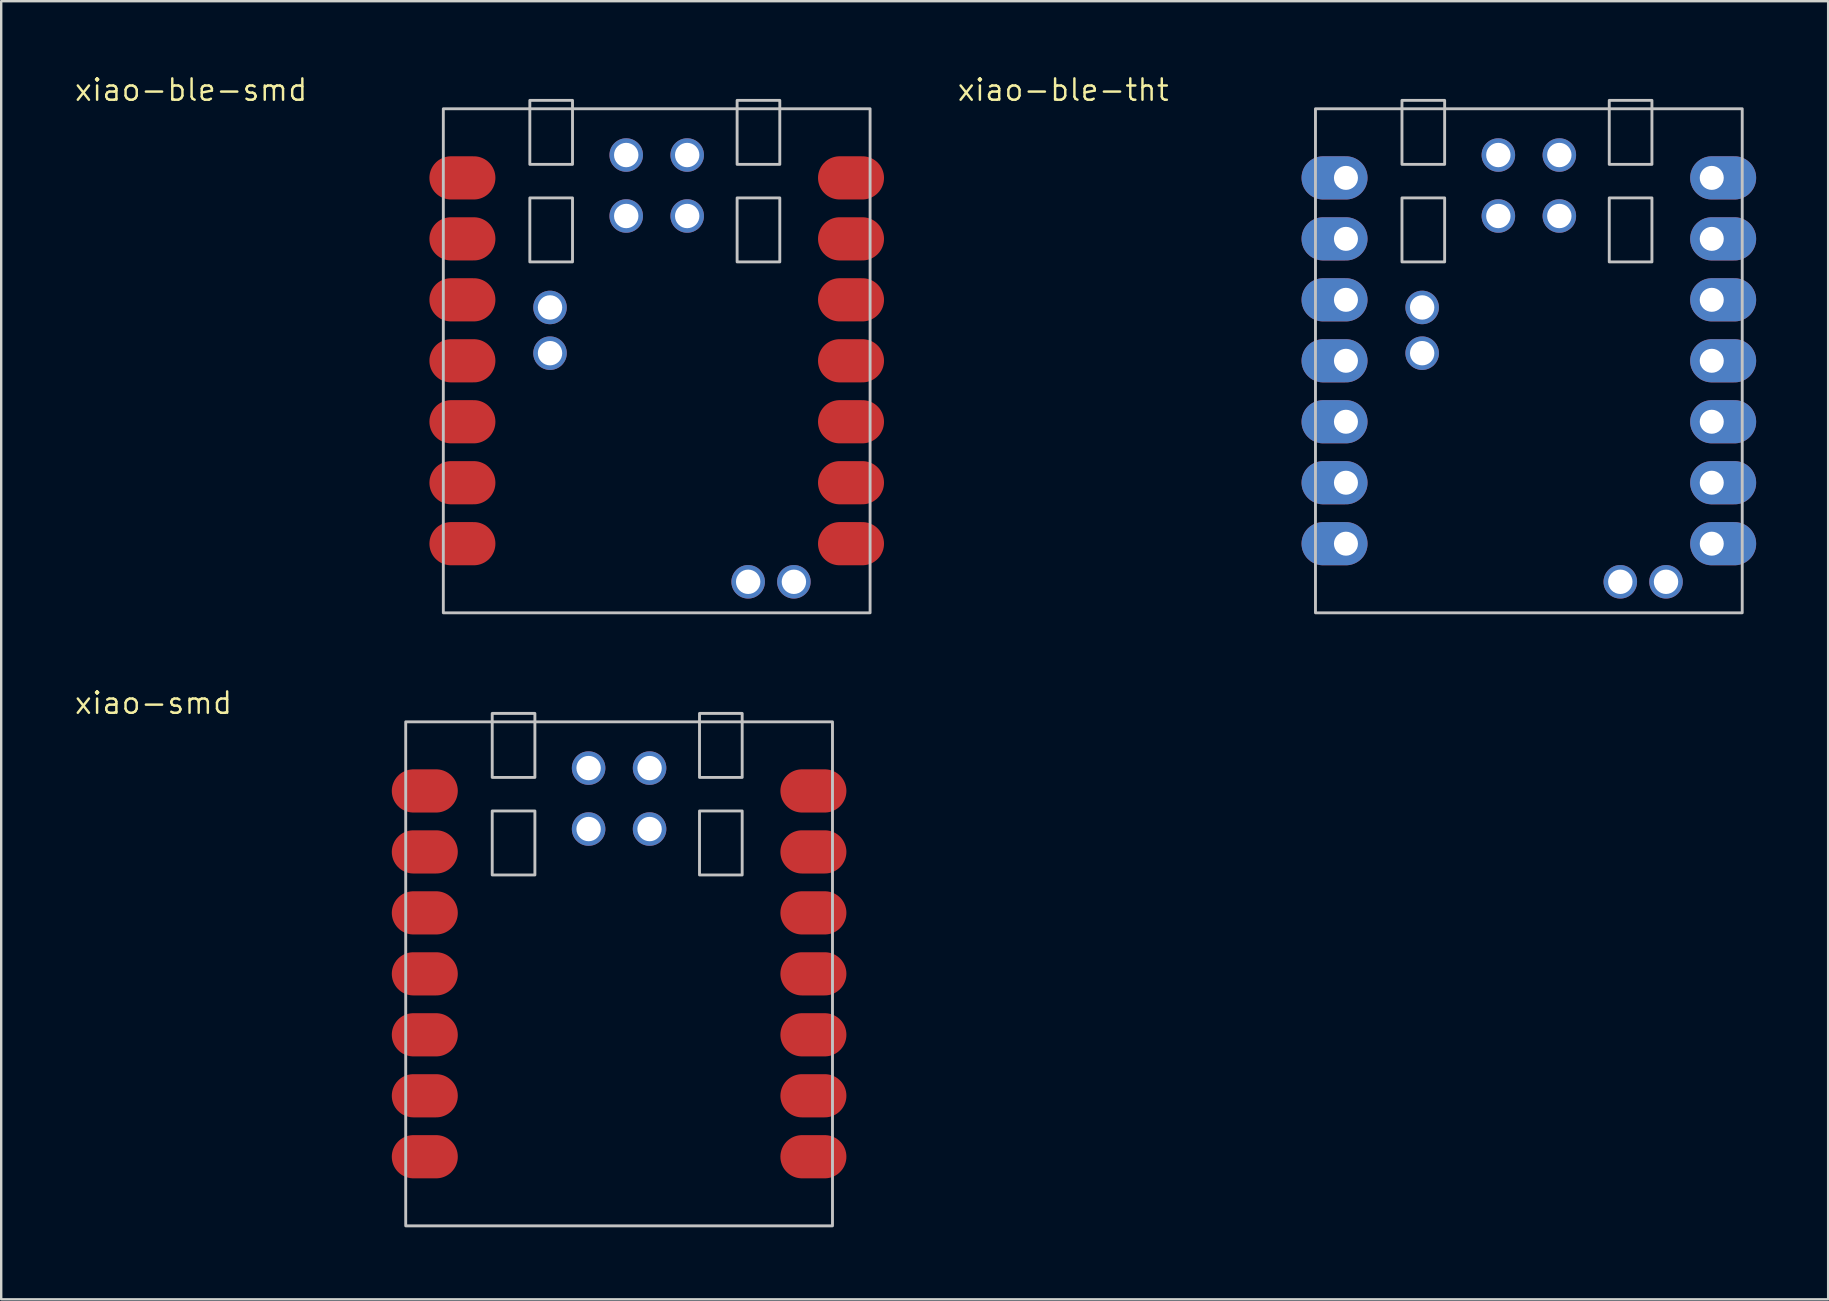
<source format=kicad_pcb>
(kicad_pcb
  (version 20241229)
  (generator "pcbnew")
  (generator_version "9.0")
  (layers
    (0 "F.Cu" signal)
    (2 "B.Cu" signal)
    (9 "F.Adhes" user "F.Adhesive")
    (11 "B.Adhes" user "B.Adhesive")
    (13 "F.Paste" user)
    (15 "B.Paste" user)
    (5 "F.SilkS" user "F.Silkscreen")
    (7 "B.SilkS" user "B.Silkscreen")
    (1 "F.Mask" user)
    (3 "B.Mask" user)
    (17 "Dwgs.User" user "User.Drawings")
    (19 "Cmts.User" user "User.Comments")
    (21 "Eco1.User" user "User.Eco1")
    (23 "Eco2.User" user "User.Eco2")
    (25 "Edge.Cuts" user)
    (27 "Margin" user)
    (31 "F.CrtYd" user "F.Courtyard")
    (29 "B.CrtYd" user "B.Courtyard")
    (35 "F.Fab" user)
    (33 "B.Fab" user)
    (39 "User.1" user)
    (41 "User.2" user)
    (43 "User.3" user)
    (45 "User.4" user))
  (footprint "xiao-ble-tht"
    (layer "F.Cu")
    (at 60.645 11.981)
    (property "Reference" "xiao-ble-tht" (at -19.399 -11.283 0) (layer "F.SilkS") (effects (font (size 0.889 0.889) (thickness 0.102))))
    (attr smd exclude_from_pos_files)
    (fp_rect (start -8.89 10.5) (end 8.89 -10.5) (stroke (width 0.12) (type solid)) (fill no) (layer "Dwgs.User"))
    (fp_rect (start -5.286 -6.786) (end -3.508 -4.119) (stroke (width 0.12) (type solid)) (fill no) (layer "Dwgs.User"))
    (fp_rect (start -3.508 -8.183) (end -5.286 -10.85) (stroke (width 0.12) (type solid)) (fill no) (layer "Dwgs.User"))
    (fp_rect (start 3.35 -10.85) (end 5.128 -8.183) (stroke (width 0.12) (type solid)) (fill no) (layer "Dwgs.User"))
    (fp_rect (start 3.35 -6.786) (end 5.128 -4.119) (stroke (width 0.12) (type solid)) (fill no) (layer "Dwgs.User"))
    (pad "1" thru_hole oval (at -7.62 -7.62) (size 2.75 1.8) (drill 1 (offset -0.475 0)) (layers "*.Cu" "*.Mask"))
    (pad "2" thru_hole oval (at -7.62 -5.08) (size 2.75 1.8) (drill 1 (offset -0.475 0)) (layers "*.Cu" "*.Mask"))
    (pad "3" thru_hole oval (at -7.62 -2.54) (size 2.75 1.8) (drill 1 (offset -0.475 0)) (layers "*.Cu" "*.Mask"))
    (pad "4" thru_hole oval (at -7.62 0) (size 2.75 1.8) (drill 1 (offset -0.475 0)) (layers "*.Cu" "*.Mask"))
    (pad "5" thru_hole oval (at -7.62 2.54) (size 2.75 1.8) (drill 1 (offset -0.475 0)) (layers "*.Cu" "*.Mask"))
    (pad "6" thru_hole oval (at -7.62 5.08) (size 2.75 1.8) (drill 1 (offset -0.475 0)) (layers "*.Cu" "*.Mask"))
    (pad "7" thru_hole oval (at -7.62 7.62) (size 2.75 1.8) (drill 1 (offset -0.475 0)) (layers "*.Cu" "*.Mask"))
    (pad "8" thru_hole oval (at 7.62 7.62 180) (size 2.75 1.8) (drill 1 (offset -0.475 0)) (layers "*.Cu" "*.Mask"))
    (pad "9" thru_hole oval (at 7.62 5.08 180) (size 2.75 1.8) (drill 1 (offset -0.475 0)) (layers "*.Cu" "*.Mask"))
    (pad "10" thru_hole oval (at 7.62 2.54 180) (size 2.75 1.8) (drill 1 (offset -0.475 0)) (layers "*.Cu" "*.Mask"))
    (pad "11" thru_hole oval (at 7.62 0 180) (size 2.75 1.8) (drill 1 (offset -0.475 0)) (layers "*.Cu" "*.Mask"))
    (pad "12" thru_hole oval (at 7.62 -2.54 180) (size 2.75 1.8) (drill 1 (offset -0.475 0)) (layers "*.Cu" "*.Mask"))
    (pad "13" thru_hole oval (at 7.62 -5.08 180) (size 2.75 1.8) (drill 1 (offset -0.475 0)) (layers "*.Cu" "*.Mask"))
    (pad "14" thru_hole oval (at 7.62 -7.62 180) (size 2.75 1.8) (drill 1 (offset -0.475 0)) (layers "*.Cu" "*.Mask"))
    (pad "15" thru_hole circle (at -1.27 -8.572 90) (size 1.397 1.397) (drill 1.016) (layers "*.Cu" "*.Mask"))
    (pad "16" thru_hole circle (at 1.27 -8.572 90) (size 1.397 1.397) (drill 1.016) (layers "*.Cu" "*.Mask"))
    (pad "17" thru_hole circle (at -1.27 -6.032 90) (size 1.397 1.397) (drill 1.016) (layers "*.Cu" "*.Mask"))
    (pad "18" thru_hole circle (at 1.27 -6.032 90) (size 1.397 1.397) (drill 1.016) (layers "*.Cu" "*.Mask"))
    (pad "19" thru_hole circle (at -4.445 -0.317 180) (size 1.397 1.397) (drill 1.016) (layers "*.Cu" "*.Mask"))
    (pad "20" thru_hole circle (at -4.445 -2.222 180) (size 1.397 1.397) (drill 1.016) (layers "*.Cu" "*.Mask"))
    (pad "21" thru_hole circle (at 3.81 9.208 180) (size 1.397 1.397) (drill 1.016) (layers "*.Cu" "*.Mask"))
    (pad "22" thru_hole circle (at 5.715 9.208 180) (size 1.397 1.397) (drill 1.016) (layers "*.Cu" "*.Mask")))
  (footprint "xiao-ble-smd"
    (layer "F.Cu")
    (at 24.31 11.981)
    (property "Reference" "xiao-ble-smd" (at -19.399 -11.283 0) (layer "F.SilkS") (effects (font (size 0.889 0.889) (thickness 0.102))))
    (attr smd exclude_from_pos_files)
    (fp_rect (start -8.89 10.5) (end 8.89 -10.5) (stroke (width 0.12) (type solid)) (fill no) (layer "Dwgs.User"))
    (fp_rect (start -5.286 -6.786) (end -3.508 -4.119) (stroke (width 0.12) (type solid)) (fill no) (layer "Dwgs.User"))
    (fp_rect (start -3.508 -8.183) (end -5.286 -10.85) (stroke (width 0.12) (type solid)) (fill no) (layer "Dwgs.User"))
    (fp_rect (start 3.35 -10.85) (end 5.128 -8.183) (stroke (width 0.12) (type solid)) (fill no) (layer "Dwgs.User"))
    (fp_rect (start 3.35 -6.786) (end 5.128 -4.119) (stroke (width 0.12) (type solid)) (fill no) (layer "Dwgs.User"))
    (pad "1" smd oval (at -8.57 -7.62 180) (size 2.75 1.8) (drill (offset -0.475 0)) (layers "F.Cu" "F.Mask" "F.Paste"))
    (pad "2" smd oval (at -8.57 -5.08 180) (size 2.75 1.8) (drill (offset -0.475 0)) (layers "F.Cu" "F.Mask" "F.Paste"))
    (pad "3" smd oval (at -8.57 -2.54 180) (size 2.75 1.8) (drill (offset -0.475 0)) (layers "F.Cu" "F.Mask" "F.Paste"))
    (pad "4" smd oval (at -8.57 0 180) (size 2.75 1.8) (drill (offset -0.475 0)) (layers "F.Cu" "F.Mask" "F.Paste"))
    (pad "5" smd oval (at -8.57 2.54 180) (size 2.75 1.8) (drill (offset -0.475 0)) (layers "F.Cu" "F.Mask" "F.Paste"))
    (pad "6" smd oval (at -8.57 5.08 180) (size 2.75 1.8) (drill (offset -0.475 0)) (layers "F.Cu" "F.Mask" "F.Paste"))
    (pad "7" smd oval (at -8.57 7.62 180) (size 2.75 1.8) (drill (offset -0.475 0)) (layers "F.Cu" "F.Mask" "F.Paste"))
    (pad "8" smd oval (at 8.57 7.62) (size 2.75 1.8) (drill (offset -0.475 0)) (layers "F.Cu" "F.Mask" "F.Paste"))
    (pad "9" smd oval (at 8.57 5.08) (size 2.75 1.8) (drill (offset -0.475 0)) (layers "F.Cu" "F.Mask" "F.Paste"))
    (pad "10" smd oval (at 8.57 2.54) (size 2.75 1.8) (drill (offset -0.475 0)) (layers "F.Cu" "F.Mask" "F.Paste"))
    (pad "11" smd oval (at 8.57 0) (size 2.75 1.8) (drill (offset -0.475 0)) (layers "F.Cu" "F.Mask" "F.Paste"))
    (pad "12" smd oval (at 8.57 -2.54) (size 2.75 1.8) (drill (offset -0.475 0)) (layers "F.Cu" "F.Mask" "F.Paste"))
    (pad "13" smd oval (at 8.57 -5.08) (size 2.75 1.8) (drill (offset -0.475 0)) (layers "F.Cu" "F.Mask" "F.Paste"))
    (pad "14" smd oval (at 8.57 -7.62) (size 2.75 1.8) (drill (offset -0.475 0)) (layers "F.Cu" "F.Mask" "F.Paste"))
    (pad "15" thru_hole circle (at -1.27 -8.572 90) (size 1.397 1.397) (drill 1.016) (layers "*.Cu" "*.Mask"))
    (pad "16" thru_hole circle (at 1.27 -8.572 90) (size 1.397 1.397) (drill 1.016) (layers "*.Cu" "*.Mask"))
    (pad "17" thru_hole circle (at -1.27 -6.032 90) (size 1.397 1.397) (drill 1.016) (layers "*.Cu" "*.Mask"))
    (pad "18" thru_hole circle (at 1.27 -6.032 90) (size 1.397 1.397) (drill 1.016) (layers "*.Cu" "*.Mask"))
    (pad "19" thru_hole circle (at -4.445 -0.317 180) (size 1.397 1.397) (drill 1.016) (layers "*.Cu" "*.Mask"))
    (pad "20" thru_hole circle (at -4.445 -2.222 180) (size 1.397 1.397) (drill 1.016) (layers "*.Cu" "*.Mask"))
    (pad "21" thru_hole circle (at 3.81 9.208 180) (size 1.397 1.397) (drill 1.016) (layers "*.Cu" "*.Mask"))
    (pad "22" thru_hole circle (at 5.715 9.208 180) (size 1.397 1.397) (drill 1.016) (layers "*.Cu" "*.Mask")))
  (footprint "xiao-smd"
    (layer "F.Cu")
    (at 22.743 37.522)
    (property "Reference" "xiao-smd" (at -19.399 -11.283 0) (layer "F.SilkS") (effects (font (size 0.889 0.889) (thickness 0.102))))
    (attr smd exclude_from_pos_files)
    (fp_rect (start -8.89 10.5) (end 8.89 -10.5) (stroke (width 0.12) (type solid)) (fill no) (layer "Dwgs.User"))
    (fp_rect (start -5.286 -6.786) (end -3.508 -4.119) (stroke (width 0.12) (type solid)) (fill no) (layer "Dwgs.User"))
    (fp_rect (start -3.508 -8.183) (end -5.286 -10.85) (stroke (width 0.12) (type solid)) (fill no) (layer "Dwgs.User"))
    (fp_rect (start 3.35 -10.85) (end 5.128 -8.183) (stroke (width 0.12) (type solid)) (fill no) (layer "Dwgs.User"))
    (fp_rect (start 3.35 -6.786) (end 5.128 -4.119) (stroke (width 0.12) (type solid)) (fill no) (layer "Dwgs.User"))
    (pad "1" smd oval (at -8.57 -7.62 180) (size 2.75 1.8) (drill (offset -0.475 0)) (layers "F.Cu" "F.Mask" "F.Paste"))
    (pad "2" smd oval (at -8.57 -5.08 180) (size 2.75 1.8) (drill (offset -0.475 0)) (layers "F.Cu" "F.Mask" "F.Paste"))
    (pad "3" smd oval (at -8.57 -2.54 180) (size 2.75 1.8) (drill (offset -0.475 0)) (layers "F.Cu" "F.Mask" "F.Paste"))
    (pad "4" smd oval (at -8.57 0 180) (size 2.75 1.8) (drill (offset -0.475 0)) (layers "F.Cu" "F.Mask" "F.Paste"))
    (pad "5" smd oval (at -8.57 2.54 180) (size 2.75 1.8) (drill (offset -0.475 0)) (layers "F.Cu" "F.Mask" "F.Paste"))
    (pad "6" smd oval (at -8.57 5.08 180) (size 2.75 1.8) (drill (offset -0.475 0)) (layers "F.Cu" "F.Mask" "F.Paste"))
    (pad "7" smd oval (at -8.57 7.62 180) (size 2.75 1.8) (drill (offset -0.475 0)) (layers "F.Cu" "F.Mask" "F.Paste"))
    (pad "8" smd oval (at 8.57 7.62) (size 2.75 1.8) (drill (offset -0.475 0)) (layers "F.Cu" "F.Mask" "F.Paste"))
    (pad "9" smd oval (at 8.57 5.08) (size 2.75 1.8) (drill (offset -0.475 0)) (layers "F.Cu" "F.Mask" "F.Paste"))
    (pad "10" smd oval (at 8.57 2.54) (size 2.75 1.8) (drill (offset -0.475 0)) (layers "F.Cu" "F.Mask" "F.Paste"))
    (pad "11" smd oval (at 8.57 0) (size 2.75 1.8) (drill (offset -0.475 0)) (layers "F.Cu" "F.Mask" "F.Paste"))
    (pad "12" smd oval (at 8.57 -2.54) (size 2.75 1.8) (drill (offset -0.475 0)) (layers "F.Cu" "F.Mask" "F.Paste"))
    (pad "13" smd oval (at 8.57 -5.08) (size 2.75 1.8) (drill (offset -0.475 0)) (layers "F.Cu" "F.Mask" "F.Paste"))
    (pad "14" smd oval (at 8.57 -7.62) (size 2.75 1.8) (drill (offset -0.475 0)) (layers "F.Cu" "F.Mask" "F.Paste"))
    (pad "15" thru_hole circle (at -1.27 -8.572 90) (size 1.397 1.397) (drill 1.016) (layers "*.Cu" "*.Mask"))
    (pad "16" thru_hole circle (at 1.27 -8.572 90) (size 1.397 1.397) (drill 1.016) (layers "*.Cu" "*.Mask"))
    (pad "17" thru_hole circle (at -1.27 -6.032 90) (size 1.397 1.397) (drill 1.016) (layers "*.Cu" "*.Mask"))
    (pad "18" thru_hole circle (at 1.27 -6.032 90) (size 1.397 1.397) (drill 1.016) (layers "*.Cu" "*.Mask")))
  (gr_rect
    (start -3 -3)
    (end 73.115 51.082)
    (stroke (width 0.1) (type default))
    (fill no)
    (layer "Edge.Cuts")))
</source>
